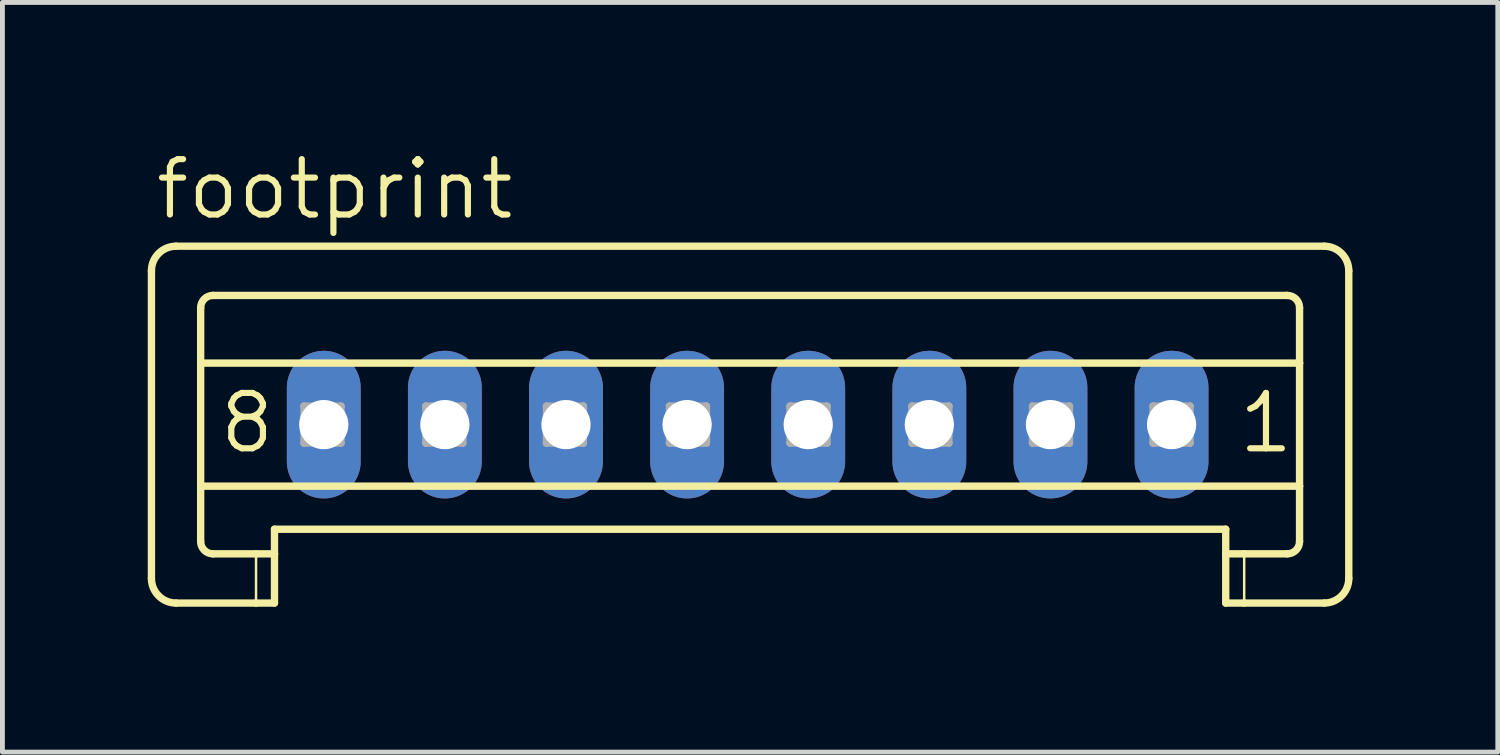
<source format=kicad_pcb>
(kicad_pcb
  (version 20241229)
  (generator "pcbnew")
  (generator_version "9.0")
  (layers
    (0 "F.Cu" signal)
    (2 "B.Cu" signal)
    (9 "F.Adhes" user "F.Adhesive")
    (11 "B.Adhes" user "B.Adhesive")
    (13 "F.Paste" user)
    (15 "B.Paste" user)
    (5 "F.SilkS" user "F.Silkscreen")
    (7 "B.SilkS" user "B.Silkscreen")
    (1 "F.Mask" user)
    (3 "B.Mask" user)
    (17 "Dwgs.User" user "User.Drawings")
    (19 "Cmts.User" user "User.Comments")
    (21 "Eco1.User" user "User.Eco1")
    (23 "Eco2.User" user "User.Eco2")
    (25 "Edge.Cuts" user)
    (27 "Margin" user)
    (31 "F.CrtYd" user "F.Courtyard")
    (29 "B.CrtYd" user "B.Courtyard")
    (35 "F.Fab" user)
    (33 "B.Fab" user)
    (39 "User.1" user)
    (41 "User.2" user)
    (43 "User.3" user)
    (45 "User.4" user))
  (footprint "footprint"
    (layer "F.Cu")
    (at 12.383 5.715)
    (property "Reference" "footprint" (at -12.281 -4.191 0) (layer "F.SilkS") (effects (font (size 1.143 1.143) (thickness 0.127)) (justify left bottom)))
    (fp_line (start -12.307 -3.175) (end -12.307 3.175) (stroke (width 0.152) (type solid)) (layer "F.SilkS"))
    (fp_line (start -11.799 -3.683) (end 11.9 -3.683) (stroke (width 0.152) (type solid)) (layer "F.SilkS"))
    (fp_line (start -11.291 -1.27) (end -11.291 -2.413) (stroke (width 0.152) (type solid)) (layer "F.SilkS"))
    (fp_line (start -11.291 -1.27) (end 11.392 -1.27) (stroke (width 0.152) (type solid)) (layer "F.SilkS"))
    (fp_line (start -11.291 1.27) (end -11.291 -1.27) (stroke (width 0.152) (type solid)) (layer "F.SilkS"))
    (fp_line (start -11.291 1.27) (end 11.392 1.27) (stroke (width 0.152) (type solid)) (layer "F.SilkS"))
    (fp_line (start -11.291 2.413) (end -11.291 1.27) (stroke (width 0.152) (type solid)) (layer "F.SilkS"))
    (fp_line (start -11.037 -2.667) (end 11.138 -2.667) (stroke (width 0.152) (type solid)) (layer "F.SilkS"))
    (fp_line (start -11.037 2.667) (end -10.148 2.667) (stroke (width 0.152) (type solid)) (layer "F.SilkS"))
    (fp_line (start -10.148 2.667) (end -10.148 3.683) (stroke (width 0.051) (type solid)) (layer "F.SilkS"))
    (fp_line (start -10.148 2.667) (end -9.767 2.667) (stroke (width 0.152) (type solid)) (layer "F.SilkS"))
    (fp_line (start -10.148 3.683) (end -11.799 3.683) (stroke (width 0.152) (type solid)) (layer "F.SilkS"))
    (fp_line (start -9.767 2.159) (end 9.868 2.159) (stroke (width 0.152) (type solid)) (layer "F.SilkS"))
    (fp_line (start -9.767 2.667) (end -9.767 2.159) (stroke (width 0.152) (type solid)) (layer "F.SilkS"))
    (fp_line (start -9.767 2.667) (end -9.767 3.683) (stroke (width 0.152) (type solid)) (layer "F.SilkS"))
    (fp_line (start -9.767 3.683) (end -10.148 3.683) (stroke (width 0.152) (type solid)) (layer "F.SilkS"))
    (fp_line (start 9.868 2.667) (end 9.868 2.159) (stroke (width 0.152) (type solid)) (layer "F.SilkS"))
    (fp_line (start 9.868 2.667) (end 10.249 2.667) (stroke (width 0.152) (type solid)) (layer "F.SilkS"))
    (fp_line (start 9.868 3.683) (end 9.868 2.667) (stroke (width 0.152) (type solid)) (layer "F.SilkS"))
    (fp_line (start 10.249 2.667) (end 10.249 3.683) (stroke (width 0.051) (type solid)) (layer "F.SilkS"))
    (fp_line (start 10.249 2.667) (end 11.138 2.667) (stroke (width 0.152) (type solid)) (layer "F.SilkS"))
    (fp_line (start 10.249 3.683) (end 9.868 3.683) (stroke (width 0.152) (type solid)) (layer "F.SilkS"))
    (fp_line (start 11.392 -1.27) (end 11.392 -2.413) (stroke (width 0.152) (type solid)) (layer "F.SilkS"))
    (fp_line (start 11.392 1.27) (end 11.392 -1.27) (stroke (width 0.152) (type solid)) (layer "F.SilkS"))
    (fp_line (start 11.392 2.413) (end 11.392 1.27) (stroke (width 0.152) (type solid)) (layer "F.SilkS"))
    (fp_line (start 11.9 3.683) (end 10.249 3.683) (stroke (width 0.152) (type solid)) (layer "F.SilkS"))
    (fp_line (start 12.408 -3.175) (end 12.408 3.175) (stroke (width 0.152) (type solid)) (layer "F.SilkS"))
    (fp_arc (start -12.307 -3.175) (mid -12.15821 -3.53421) (end -11.799 -3.683) (stroke (width 0.1524) (type solid)) (layer "F.SilkS"))
    (fp_arc (start -11.799 3.683) (mid -12.15821 3.53421) (end -12.307 3.175) (stroke (width 0.1524) (type solid)) (layer "F.SilkS"))
    (fp_arc (start -11.291 -2.413) (mid -11.216605 -2.592605) (end -11.037 -2.667) (stroke (width 0.1524) (type solid)) (layer "F.SilkS"))
    (fp_arc (start -11.037 2.667) (mid -11.216605 2.592605) (end -11.291 2.413) (stroke (width 0.1524) (type solid)) (layer "F.SilkS"))
    (fp_arc (start 11.138 -2.667) (mid 11.317605 -2.592605) (end 11.392 -2.413) (stroke (width 0.1524) (type solid)) (layer "F.SilkS"))
    (fp_arc (start 11.392 2.413) (mid 11.317605 2.592605) (end 11.138 2.667) (stroke (width 0.1524) (type solid)) (layer "F.SilkS"))
    (fp_arc (start 11.9 -3.683) (mid 12.25921 -3.53421) (end 12.408 -3.175) (stroke (width 0.1524) (type solid)) (layer "F.SilkS"))
    (fp_arc (start 12.408 3.175) (mid 12.25921 3.53421) (end 11.9 3.683) (stroke (width 0.1524) (type solid)) (layer "F.SilkS"))
    (fp_line (start -9.157 -0.381) (end -9.157 0.381) (stroke (width 0.152) (type solid)) (layer "F.Fab"))
    (fp_line (start -9.157 -0.381) (end -8.395 0.381) (stroke (width 0.152) (type solid)) (layer "F.Fab"))
    (fp_line (start -9.157 0.381) (end -8.395 0.381) (stroke (width 0.152) (type solid)) (layer "F.Fab"))
    (fp_line (start -8.395 -0.381) (end -9.157 -0.381) (stroke (width 0.152) (type solid)) (layer "F.Fab"))
    (fp_line (start -8.395 -0.381) (end -9.157 0.381) (stroke (width 0.152) (type solid)) (layer "F.Fab"))
    (fp_line (start -8.395 0.381) (end -8.395 -0.381) (stroke (width 0.152) (type solid)) (layer "F.Fab"))
    (fp_line (start -6.642 -0.381) (end -6.642 0.381) (stroke (width 0.152) (type solid)) (layer "F.Fab"))
    (fp_line (start -6.642 -0.381) (end -5.88 0.381) (stroke (width 0.152) (type solid)) (layer "F.Fab"))
    (fp_line (start -6.642 0.381) (end -5.88 0.381) (stroke (width 0.152) (type solid)) (layer "F.Fab"))
    (fp_line (start -5.88 -0.381) (end -6.642 -0.381) (stroke (width 0.152) (type solid)) (layer "F.Fab"))
    (fp_line (start -5.88 -0.381) (end -6.642 0.381) (stroke (width 0.152) (type solid)) (layer "F.Fab"))
    (fp_line (start -5.88 0.381) (end -5.88 -0.381) (stroke (width 0.152) (type solid)) (layer "F.Fab"))
    (fp_line (start -4.153 -0.381) (end -4.153 0.381) (stroke (width 0.152) (type solid)) (layer "F.Fab"))
    (fp_line (start -4.153 -0.381) (end -3.391 0.381) (stroke (width 0.152) (type solid)) (layer "F.Fab"))
    (fp_line (start -4.153 0.381) (end -3.391 0.381) (stroke (width 0.152) (type solid)) (layer "F.Fab"))
    (fp_line (start -3.391 -0.381) (end -4.153 -0.381) (stroke (width 0.152) (type solid)) (layer "F.Fab"))
    (fp_line (start -3.391 -0.381) (end -4.153 0.381) (stroke (width 0.152) (type solid)) (layer "F.Fab"))
    (fp_line (start -3.391 0.381) (end -3.391 -0.381) (stroke (width 0.152) (type solid)) (layer "F.Fab"))
    (fp_line (start -1.613 -0.381) (end -1.613 0.381) (stroke (width 0.152) (type solid)) (layer "F.Fab"))
    (fp_line (start -1.613 -0.381) (end -0.851 0.381) (stroke (width 0.152) (type solid)) (layer "F.Fab"))
    (fp_line (start -1.613 0.381) (end -0.851 0.381) (stroke (width 0.152) (type solid)) (layer "F.Fab"))
    (fp_line (start -0.851 -0.381) (end -1.613 -0.381) (stroke (width 0.152) (type solid)) (layer "F.Fab"))
    (fp_line (start -0.851 -0.381) (end -1.613 0.381) (stroke (width 0.152) (type solid)) (layer "F.Fab"))
    (fp_line (start -0.851 0.381) (end -0.851 -0.381) (stroke (width 0.152) (type solid)) (layer "F.Fab"))
    (fp_line (start 0.876 -0.381) (end 0.876 0.381) (stroke (width 0.152) (type solid)) (layer "F.Fab"))
    (fp_line (start 0.876 -0.381) (end 1.638 0.381) (stroke (width 0.152) (type solid)) (layer "F.Fab"))
    (fp_line (start 0.876 0.381) (end 1.638 0.381) (stroke (width 0.152) (type solid)) (layer "F.Fab"))
    (fp_line (start 1.638 -0.381) (end 0.876 -0.381) (stroke (width 0.152) (type solid)) (layer "F.Fab"))
    (fp_line (start 1.638 -0.381) (end 0.876 0.381) (stroke (width 0.152) (type solid)) (layer "F.Fab"))
    (fp_line (start 1.638 0.381) (end 1.638 -0.381) (stroke (width 0.152) (type solid)) (layer "F.Fab"))
    (fp_line (start 3.391 -0.381) (end 3.391 0.381) (stroke (width 0.152) (type solid)) (layer "F.Fab"))
    (fp_line (start 3.391 -0.381) (end 4.153 0.381) (stroke (width 0.152) (type solid)) (layer "F.Fab"))
    (fp_line (start 3.391 0.381) (end 4.153 0.381) (stroke (width 0.152) (type solid)) (layer "F.Fab"))
    (fp_line (start 4.153 -0.381) (end 3.391 -0.381) (stroke (width 0.152) (type solid)) (layer "F.Fab"))
    (fp_line (start 4.153 -0.381) (end 3.391 0.381) (stroke (width 0.152) (type solid)) (layer "F.Fab"))
    (fp_line (start 4.153 0.381) (end 4.153 -0.381) (stroke (width 0.152) (type solid)) (layer "F.Fab"))
    (fp_line (start 5.88 -0.381) (end 5.88 0.381) (stroke (width 0.152) (type solid)) (layer "F.Fab"))
    (fp_line (start 5.88 -0.381) (end 6.642 0.381) (stroke (width 0.152) (type solid)) (layer "F.Fab"))
    (fp_line (start 5.88 0.381) (end 6.642 0.381) (stroke (width 0.152) (type solid)) (layer "F.Fab"))
    (fp_line (start 6.642 -0.381) (end 5.88 -0.381) (stroke (width 0.152) (type solid)) (layer "F.Fab"))
    (fp_line (start 6.642 -0.381) (end 5.88 0.381) (stroke (width 0.152) (type solid)) (layer "F.Fab"))
    (fp_line (start 6.642 0.381) (end 6.642 -0.381) (stroke (width 0.152) (type solid)) (layer "F.Fab"))
    (fp_line (start 8.369 -0.381) (end 8.369 0.381) (stroke (width 0.152) (type solid)) (layer "F.Fab"))
    (fp_line (start 8.369 -0.381) (end 9.131 0.381) (stroke (width 0.152) (type solid)) (layer "F.Fab"))
    (fp_line (start 8.369 0.381) (end 9.131 0.381) (stroke (width 0.152) (type solid)) (layer "F.Fab"))
    (fp_line (start 9.131 -0.381) (end 8.369 -0.381) (stroke (width 0.152) (type solid)) (layer "F.Fab"))
    (fp_line (start 9.131 -0.381) (end 8.369 0.381) (stroke (width 0.152) (type solid)) (layer "F.Fab"))
    (fp_line (start 9.131 0.381) (end 9.131 -0.381) (stroke (width 0.152) (type solid)) (layer "F.Fab"))
    (fp_text user "8" (at -10.96 0.635 0) (layer "F.SilkS") (effects (font (size 1.143 1.143) (thickness 0.127)) (justify left bottom)))
    (fp_text user "1" (at 10.071 0.635 0) (layer "F.SilkS") (effects (font (size 1.143 1.143) (thickness 0.127)) (justify left bottom)))
    (pad "1" thru_hole oval (at 8.75 0 90) (size 3.048 1.524) (drill 1.016) (layers "*.Cu" "*.Mask"))
    (pad "2" thru_hole oval (at 6.25 0 90) (size 3.048 1.524) (drill 1.016) (layers "*.Cu" "*.Mask"))
    (pad "3" thru_hole oval (at 3.75 0 90) (size 3.048 1.524) (drill 1.016) (layers "*.Cu" "*.Mask"))
    (pad "4" thru_hole oval (at 1.25 0 90) (size 3.048 1.524) (drill 1.016) (layers "*.Cu" "*.Mask"))
    (pad "5" thru_hole oval (at -1.25 0 90) (size 3.048 1.524) (drill 1.016) (layers "*.Cu" "*.Mask"))
    (pad "6" thru_hole oval (at -3.75 0 90) (size 3.048 1.524) (drill 1.016) (layers "*.Cu" "*.Mask"))
    (pad "7" thru_hole oval (at -6.25 0 90) (size 3.048 1.524) (drill 1.016) (layers "*.Cu" "*.Mask"))
    (pad "8" thru_hole oval (at -8.75 0 90) (size 3.048 1.524) (drill 1.016) (layers "*.Cu" "*.Mask")))
  (gr_rect
    (start -3 -3)
    (end 27.867 12.474)
    (stroke (width 0.1) (type default))
    (fill no)
    (layer "Edge.Cuts")))
</source>
